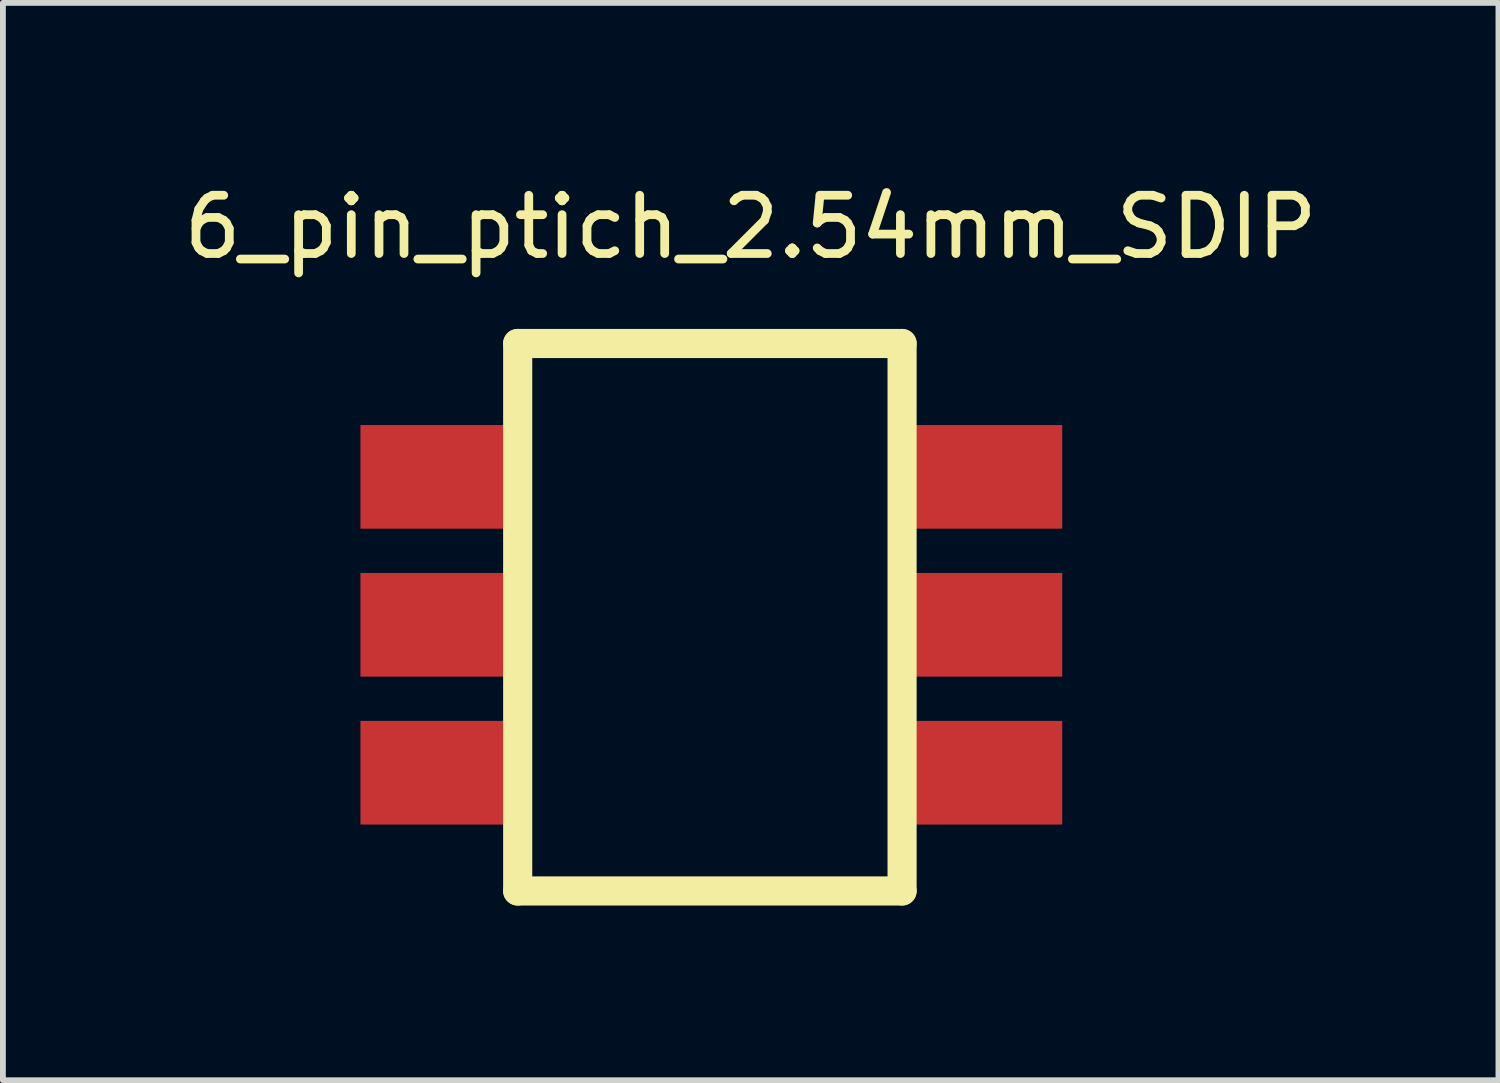
<source format=kicad_pcb>
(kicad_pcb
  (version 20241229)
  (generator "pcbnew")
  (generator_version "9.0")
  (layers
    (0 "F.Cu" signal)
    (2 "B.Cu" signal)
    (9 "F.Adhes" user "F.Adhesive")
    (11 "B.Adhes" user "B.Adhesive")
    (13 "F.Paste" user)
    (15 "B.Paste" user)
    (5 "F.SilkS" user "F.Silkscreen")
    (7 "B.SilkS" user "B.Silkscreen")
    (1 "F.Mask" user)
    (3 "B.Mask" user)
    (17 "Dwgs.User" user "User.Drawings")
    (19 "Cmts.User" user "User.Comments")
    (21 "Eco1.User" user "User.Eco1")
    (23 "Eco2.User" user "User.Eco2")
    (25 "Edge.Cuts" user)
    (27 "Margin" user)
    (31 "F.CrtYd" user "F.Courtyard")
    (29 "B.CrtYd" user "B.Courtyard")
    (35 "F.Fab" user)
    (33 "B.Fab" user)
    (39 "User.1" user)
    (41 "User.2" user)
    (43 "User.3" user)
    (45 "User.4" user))
  (footprint "6_pin_ptich_2.54mm_SDIP"
    (layer "F.Cu")
    (at 5.839 2.848)
    (property "Reference" "6_pin_ptich_2.54mm_SDIP" (at 4 -2 0) (layer "F.SilkS") (effects (font (size 1 1) (thickness 0.15))))
    (attr through_hole)
    (fp_line (start 0 0) (end 6.6 0) (stroke (width 0.5) (type solid)) (layer "F.SilkS"))
    (fp_line (start 0 9.4) (end 0 0) (stroke (width 0.5) (type solid)) (layer "F.SilkS"))
    (fp_line (start 0 9.4) (end 6.6 9.4) (stroke (width 0.5) (type solid)) (layer "F.SilkS"))
    (fp_line (start 6.6 0) (end 6.6 9.4) (stroke (width 0.5) (type solid)) (layer "F.SilkS"))
    (pad "1" smd rect (at -1.35 2.29) (size 2.7 1.78) (layers "F.Cu" "F.Mask" "F.Paste"))
    (pad "2" smd rect (at -1.35 4.83) (size 2.7 1.78) (layers "F.Cu" "F.Mask" "F.Paste"))
    (pad "3" smd rect (at -1.35 7.37) (size 2.7 1.78) (layers "F.Cu" "F.Mask" "F.Paste"))
    (pad "4" smd rect (at 8 7.37) (size 2.7 1.78) (layers "F.Cu" "F.Mask" "F.Paste"))
    (pad "5" smd rect (at 8 4.83) (size 2.7 1.78) (layers "F.Cu" "F.Mask" "F.Paste"))
    (pad "6" smd rect (at 8 2.29) (size 2.7 1.78) (layers "F.Cu" "F.Mask" "F.Paste")))
  (gr_rect
    (start -3 -3)
    (end 22.679 15.498)
    (stroke (width 0.1) (type default))
    (fill no)
    (layer "Edge.Cuts")))
</source>
